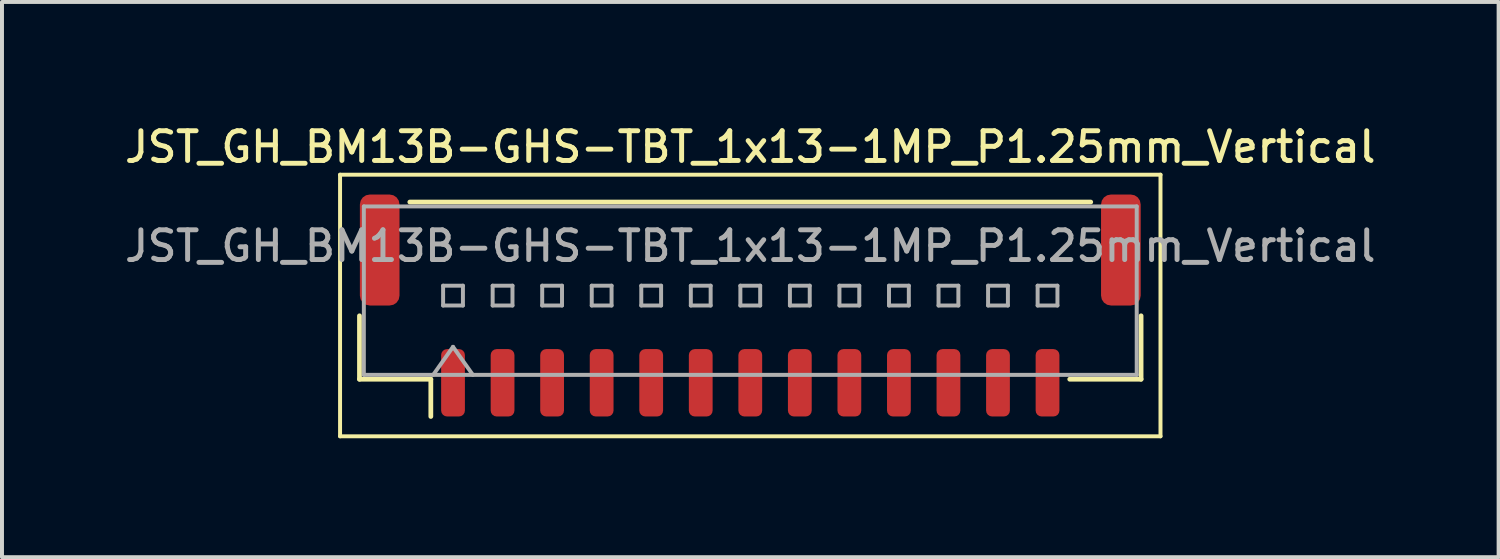
<source format=kicad_pcb>
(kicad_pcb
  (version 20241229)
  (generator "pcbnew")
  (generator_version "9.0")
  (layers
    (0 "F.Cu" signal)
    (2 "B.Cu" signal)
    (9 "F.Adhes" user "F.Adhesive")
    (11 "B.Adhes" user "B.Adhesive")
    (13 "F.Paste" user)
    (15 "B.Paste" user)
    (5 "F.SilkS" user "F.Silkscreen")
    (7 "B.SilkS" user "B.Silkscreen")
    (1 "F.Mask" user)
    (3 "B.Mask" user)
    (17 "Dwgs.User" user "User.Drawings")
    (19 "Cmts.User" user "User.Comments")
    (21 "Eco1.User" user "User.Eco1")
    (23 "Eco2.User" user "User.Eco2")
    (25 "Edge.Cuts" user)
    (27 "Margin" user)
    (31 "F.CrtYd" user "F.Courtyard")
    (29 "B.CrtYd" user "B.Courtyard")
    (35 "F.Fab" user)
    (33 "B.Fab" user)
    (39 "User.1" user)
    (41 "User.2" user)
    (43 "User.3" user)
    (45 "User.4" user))
  (footprint "JST_GH_BM13B-GHS-TBT_1x13-1MP_P1.25mm_Vertical"
    (layer "F.Cu")
    (at 15.88 4.658)
    (property "Reference" "JST_GH_BM13B-GHS-TBT_1x13-1MP_P1.25mm_Vertical" (at 0 -4 0) (layer "F.SilkS") (effects (font (size 0.75 0.75) (thickness 0.125))))
    (attr smd)
    (fp_line (start -10.35 -3.3) (end -10.35 3.3) (stroke (width 0.1) (type solid)) (layer "F.SilkS"))
    (fp_line (start -10.35 3.3) (end 10.35 3.3) (stroke (width 0.1) (type solid)) (layer "F.SilkS"))
    (fp_line (start -9.86 0.26) (end -9.86 1.86) (stroke (width 0.12) (type solid)) (layer "F.SilkS"))
    (fp_line (start -9.86 1.86) (end -8.06 1.86) (stroke (width 0.12) (type solid)) (layer "F.SilkS"))
    (fp_line (start -8.59 -2.61) (end 8.59 -2.61) (stroke (width 0.12) (type solid)) (layer "F.SilkS"))
    (fp_line (start -8.06 1.86) (end -8.06 2.8) (stroke (width 0.12) (type solid)) (layer "F.SilkS"))
    (fp_line (start 9.86 0.26) (end 9.86 1.86) (stroke (width 0.12) (type solid)) (layer "F.SilkS"))
    (fp_line (start 9.86 1.86) (end 8.06 1.86) (stroke (width 0.12) (type solid)) (layer "F.SilkS"))
    (fp_line (start 10.35 -3.3) (end -10.35 -3.3) (stroke (width 0.1) (type solid)) (layer "F.SilkS"))
    (fp_line (start 10.35 3.3) (end 10.35 -3.3) (stroke (width 0.1) (type solid)) (layer "F.SilkS"))
    (fp_line (start -9.75 -2.5) (end 9.75 -2.5) (stroke (width 0.1) (type solid)) (layer "F.Fab"))
    (fp_line (start -9.75 1.75) (end -9.75 -2.5) (stroke (width 0.1) (type solid)) (layer "F.Fab"))
    (fp_line (start -9.75 1.75) (end 9.75 1.75) (stroke (width 0.1) (type solid)) (layer "F.Fab"))
    (fp_line (start -8 1.75) (end -7.5 1.043) (stroke (width 0.1) (type solid)) (layer "F.Fab"))
    (fp_line (start -7.75 -0.5) (end -7.75 0) (stroke (width 0.1) (type solid)) (layer "F.Fab"))
    (fp_line (start -7.75 0) (end -7.25 0) (stroke (width 0.1) (type solid)) (layer "F.Fab"))
    (fp_line (start -7.5 1.043) (end -7 1.75) (stroke (width 0.1) (type solid)) (layer "F.Fab"))
    (fp_line (start -7.25 -0.5) (end -7.75 -0.5) (stroke (width 0.1) (type solid)) (layer "F.Fab"))
    (fp_line (start -7.25 0) (end -7.25 -0.5) (stroke (width 0.1) (type solid)) (layer "F.Fab"))
    (fp_line (start -6.5 -0.5) (end -6.5 0) (stroke (width 0.1) (type solid)) (layer "F.Fab"))
    (fp_line (start -6.5 0) (end -6 0) (stroke (width 0.1) (type solid)) (layer "F.Fab"))
    (fp_line (start -6 -0.5) (end -6.5 -0.5) (stroke (width 0.1) (type solid)) (layer "F.Fab"))
    (fp_line (start -6 0) (end -6 -0.5) (stroke (width 0.1) (type solid)) (layer "F.Fab"))
    (fp_line (start -5.25 -0.5) (end -5.25 0) (stroke (width 0.1) (type solid)) (layer "F.Fab"))
    (fp_line (start -5.25 0) (end -4.75 0) (stroke (width 0.1) (type solid)) (layer "F.Fab"))
    (fp_line (start -4.75 -0.5) (end -5.25 -0.5) (stroke (width 0.1) (type solid)) (layer "F.Fab"))
    (fp_line (start -4.75 0) (end -4.75 -0.5) (stroke (width 0.1) (type solid)) (layer "F.Fab"))
    (fp_line (start -4 -0.5) (end -4 0) (stroke (width 0.1) (type solid)) (layer "F.Fab"))
    (fp_line (start -4 0) (end -3.5 0) (stroke (width 0.1) (type solid)) (layer "F.Fab"))
    (fp_line (start -3.5 -0.5) (end -4 -0.5) (stroke (width 0.1) (type solid)) (layer "F.Fab"))
    (fp_line (start -3.5 0) (end -3.5 -0.5) (stroke (width 0.1) (type solid)) (layer "F.Fab"))
    (fp_line (start -2.75 -0.5) (end -2.75 0) (stroke (width 0.1) (type solid)) (layer "F.Fab"))
    (fp_line (start -2.75 0) (end -2.25 0) (stroke (width 0.1) (type solid)) (layer "F.Fab"))
    (fp_line (start -2.25 -0.5) (end -2.75 -0.5) (stroke (width 0.1) (type solid)) (layer "F.Fab"))
    (fp_line (start -2.25 0) (end -2.25 -0.5) (stroke (width 0.1) (type solid)) (layer "F.Fab"))
    (fp_line (start -1.5 -0.5) (end -1.5 0) (stroke (width 0.1) (type solid)) (layer "F.Fab"))
    (fp_line (start -1.5 0) (end -1 0) (stroke (width 0.1) (type solid)) (layer "F.Fab"))
    (fp_line (start -1 -0.5) (end -1.5 -0.5) (stroke (width 0.1) (type solid)) (layer "F.Fab"))
    (fp_line (start -1 0) (end -1 -0.5) (stroke (width 0.1) (type solid)) (layer "F.Fab"))
    (fp_line (start -0.25 -0.5) (end -0.25 0) (stroke (width 0.1) (type solid)) (layer "F.Fab"))
    (fp_line (start -0.25 0) (end 0.25 0) (stroke (width 0.1) (type solid)) (layer "F.Fab"))
    (fp_line (start 0.25 -0.5) (end -0.25 -0.5) (stroke (width 0.1) (type solid)) (layer "F.Fab"))
    (fp_line (start 0.25 0) (end 0.25 -0.5) (stroke (width 0.1) (type solid)) (layer "F.Fab"))
    (fp_line (start 1 -0.5) (end 1 0) (stroke (width 0.1) (type solid)) (layer "F.Fab"))
    (fp_line (start 1 0) (end 1.5 0) (stroke (width 0.1) (type solid)) (layer "F.Fab"))
    (fp_line (start 1.5 -0.5) (end 1 -0.5) (stroke (width 0.1) (type solid)) (layer "F.Fab"))
    (fp_line (start 1.5 0) (end 1.5 -0.5) (stroke (width 0.1) (type solid)) (layer "F.Fab"))
    (fp_line (start 2.25 -0.5) (end 2.25 0) (stroke (width 0.1) (type solid)) (layer "F.Fab"))
    (fp_line (start 2.25 0) (end 2.75 0) (stroke (width 0.1) (type solid)) (layer "F.Fab"))
    (fp_line (start 2.75 -0.5) (end 2.25 -0.5) (stroke (width 0.1) (type solid)) (layer "F.Fab"))
    (fp_line (start 2.75 0) (end 2.75 -0.5) (stroke (width 0.1) (type solid)) (layer "F.Fab"))
    (fp_line (start 3.5 -0.5) (end 3.5 0) (stroke (width 0.1) (type solid)) (layer "F.Fab"))
    (fp_line (start 3.5 0) (end 4 0) (stroke (width 0.1) (type solid)) (layer "F.Fab"))
    (fp_line (start 4 -0.5) (end 3.5 -0.5) (stroke (width 0.1) (type solid)) (layer "F.Fab"))
    (fp_line (start 4 0) (end 4 -0.5) (stroke (width 0.1) (type solid)) (layer "F.Fab"))
    (fp_line (start 4.75 -0.5) (end 4.75 0) (stroke (width 0.1) (type solid)) (layer "F.Fab"))
    (fp_line (start 4.75 0) (end 5.25 0) (stroke (width 0.1) (type solid)) (layer "F.Fab"))
    (fp_line (start 5.25 -0.5) (end 4.75 -0.5) (stroke (width 0.1) (type solid)) (layer "F.Fab"))
    (fp_line (start 5.25 0) (end 5.25 -0.5) (stroke (width 0.1) (type solid)) (layer "F.Fab"))
    (fp_line (start 6 -0.5) (end 6 0) (stroke (width 0.1) (type solid)) (layer "F.Fab"))
    (fp_line (start 6 0) (end 6.5 0) (stroke (width 0.1) (type solid)) (layer "F.Fab"))
    (fp_line (start 6.5 -0.5) (end 6 -0.5) (stroke (width 0.1) (type solid)) (layer "F.Fab"))
    (fp_line (start 6.5 0) (end 6.5 -0.5) (stroke (width 0.1) (type solid)) (layer "F.Fab"))
    (fp_line (start 7.25 -0.5) (end 7.25 0) (stroke (width 0.1) (type solid)) (layer "F.Fab"))
    (fp_line (start 7.25 0) (end 7.75 0) (stroke (width 0.1) (type solid)) (layer "F.Fab"))
    (fp_line (start 7.75 -0.5) (end 7.25 -0.5) (stroke (width 0.1) (type solid)) (layer "F.Fab"))
    (fp_line (start 7.75 0) (end 7.75 -0.5) (stroke (width 0.1) (type solid)) (layer "F.Fab"))
    (fp_line (start 9.75 1.75) (end 9.75 -2.5) (stroke (width 0.1) (type solid)) (layer "F.Fab"))
    (fp_text user "${REFERENCE}" (at 0 -1.5 0) (layer "F.Fab") (effects (font (size 0.75 0.75) (thickness 0.125))))
    (pad "1" smd roundrect (at -7.5 1.95) (size 0.6 1.7) (layers "F.Cu" "F.Mask" "F.Paste") (roundrect_rratio 0.25))
    (pad "2" smd roundrect (at -6.25 1.95) (size 0.6 1.7) (layers "F.Cu" "F.Mask" "F.Paste") (roundrect_rratio 0.25))
    (pad "3" smd roundrect (at -5 1.95) (size 0.6 1.7) (layers "F.Cu" "F.Mask" "F.Paste") (roundrect_rratio 0.25))
    (pad "4" smd roundrect (at -3.75 1.95) (size 0.6 1.7) (layers "F.Cu" "F.Mask" "F.Paste") (roundrect_rratio 0.25))
    (pad "5" smd roundrect (at -2.5 1.95) (size 0.6 1.7) (layers "F.Cu" "F.Mask" "F.Paste") (roundrect_rratio 0.25))
    (pad "6" smd roundrect (at -1.25 1.95) (size 0.6 1.7) (layers "F.Cu" "F.Mask" "F.Paste") (roundrect_rratio 0.25))
    (pad "7" smd roundrect (at 0 1.95) (size 0.6 1.7) (layers "F.Cu" "F.Mask" "F.Paste") (roundrect_rratio 0.25))
    (pad "8" smd roundrect (at 1.25 1.95) (size 0.6 1.7) (layers "F.Cu" "F.Mask" "F.Paste") (roundrect_rratio 0.25))
    (pad "9" smd roundrect (at 2.5 1.95) (size 0.6 1.7) (layers "F.Cu" "F.Mask" "F.Paste") (roundrect_rratio 0.25))
    (pad "10" smd roundrect (at 3.75 1.95) (size 0.6 1.7) (layers "F.Cu" "F.Mask" "F.Paste") (roundrect_rratio 0.25))
    (pad "11" smd roundrect (at 5 1.95) (size 0.6 1.7) (layers "F.Cu" "F.Mask" "F.Paste") (roundrect_rratio 0.25))
    (pad "12" smd roundrect (at 6.25 1.95) (size 0.6 1.7) (layers "F.Cu" "F.Mask" "F.Paste") (roundrect_rratio 0.25))
    (pad "13" smd roundrect (at 7.5 1.95) (size 0.6 1.7) (layers "F.Cu" "F.Mask" "F.Paste") (roundrect_rratio 0.25))
    (pad "MP" smd roundrect (at -9.35 -1.4) (size 1 2.8) (layers "F.Cu" "F.Mask" "F.Paste") (roundrect_rratio 0.25))
    (pad "MP" smd roundrect (at 9.35 -1.4) (size 1 2.8) (layers "F.Cu" "F.Mask" "F.Paste") (roundrect_rratio 0.25)))
  (gr_rect
    (start -3 -3)
    (end 34.761 11.008)
    (stroke (width 0.1) (type default))
    (fill no)
    (layer "Edge.Cuts")))
</source>
